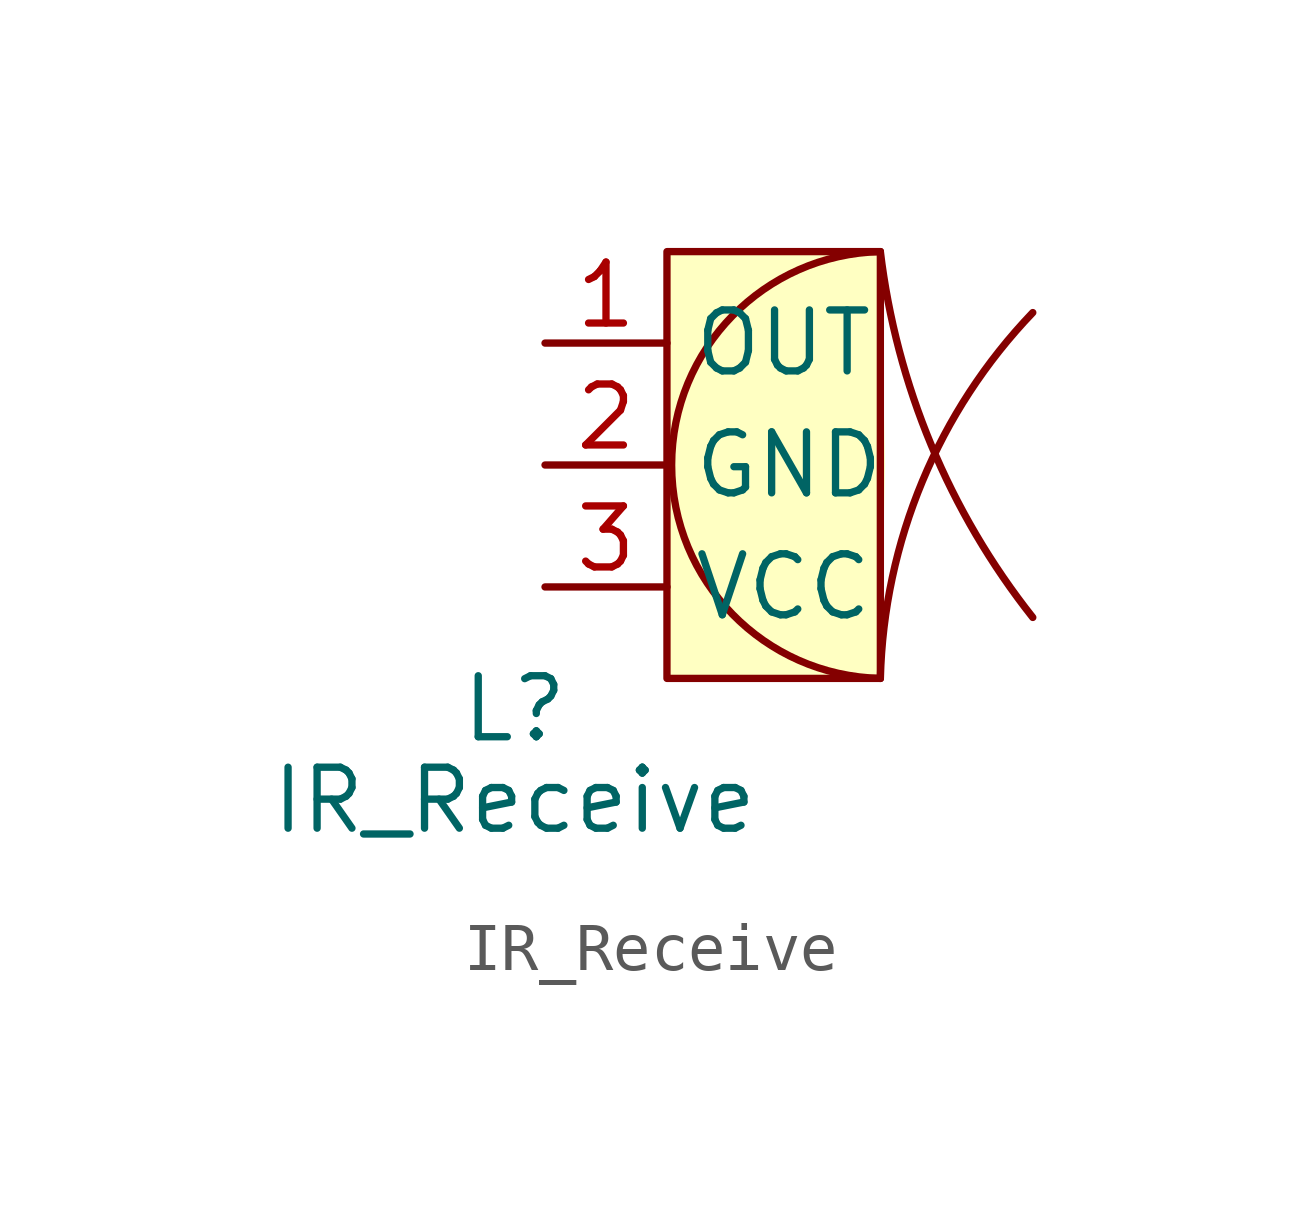
<source format=kicad_sym>
(kicad_symbol_lib
  (version 20211014)
  (generator kicad_symbol_editor)
  (symbol "IR_Receive"
    (property "Reference" "L"
      (at -0.635 -7.62 0)
      (effects (font (size 1.27 1.27))))
    (property "Value" "IR_Receive"
      (at -0.635 -9.525 0)
      (effects (font (size 1.27 1.27))))
    (symbol "IR_Receive_0_1"
      (rectangle (start 2.54 1.905) (end 6.985 -6.985) (stroke (width 0) (type default) (color 0 0 0 0)) (fill (type background)))
      (arc (start 6.985 1.905) (mid 2.44 -2.54) (end 6.985 -6.985) (stroke (width 0) (type default) (color 0 0 0 0)) (fill (type background)))
      (arc (start 6.985 1.905) (mid -18.9582 -13.3761) (end 10.16 -5.715) (stroke (width 0) (type default) (color 0 0 0 0)) (fill (type none)))
      (arc (start 10.16 0.635) (mid -11.8194 5.3216) (end 6.985 -6.985) (stroke (width 0) (type default) (color 0 0 0 0)) (fill (type none))))
    (symbol "IR_Receive_1_1"
      (pin output line (at 0 0 0) (length 2.54) (name "OUT" (effects (font (size 1.27 1.27)))) (number "1" (effects (font (size 1.27 1.27)))))
      (pin passive line (at 0 -2.54 0) (length 2.54) (name "GND" (effects (font (size 1.27 1.27)))) (number "2" (effects (font (size 1.27 1.27)))))
      (pin power_in line (at 0 -5.08 0) (length 2.54) (name "VCC" (effects (font (size 1.27 1.27)))) (number "3" (effects (font (size 1.27 1.27))))))))
</source>
